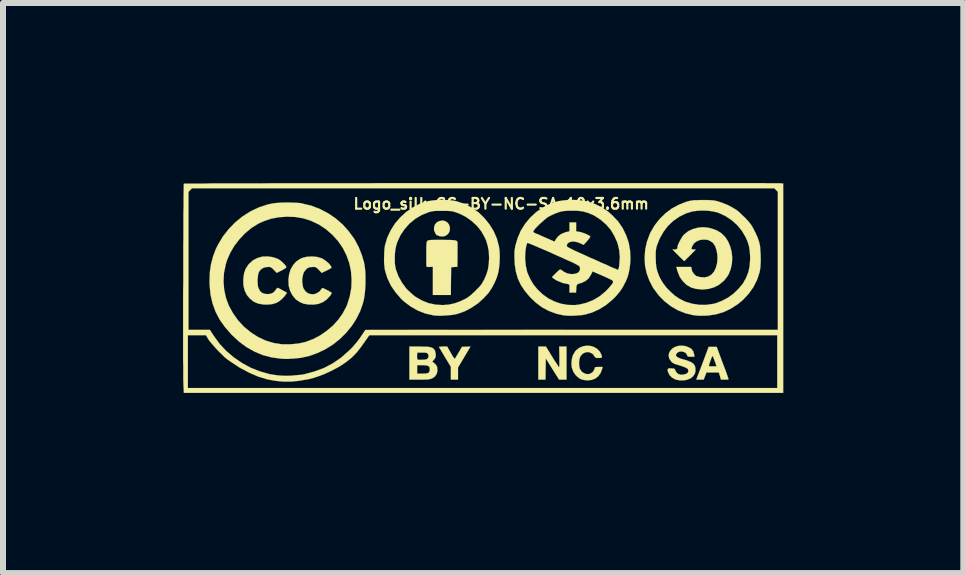
<source format=kicad_pcb>
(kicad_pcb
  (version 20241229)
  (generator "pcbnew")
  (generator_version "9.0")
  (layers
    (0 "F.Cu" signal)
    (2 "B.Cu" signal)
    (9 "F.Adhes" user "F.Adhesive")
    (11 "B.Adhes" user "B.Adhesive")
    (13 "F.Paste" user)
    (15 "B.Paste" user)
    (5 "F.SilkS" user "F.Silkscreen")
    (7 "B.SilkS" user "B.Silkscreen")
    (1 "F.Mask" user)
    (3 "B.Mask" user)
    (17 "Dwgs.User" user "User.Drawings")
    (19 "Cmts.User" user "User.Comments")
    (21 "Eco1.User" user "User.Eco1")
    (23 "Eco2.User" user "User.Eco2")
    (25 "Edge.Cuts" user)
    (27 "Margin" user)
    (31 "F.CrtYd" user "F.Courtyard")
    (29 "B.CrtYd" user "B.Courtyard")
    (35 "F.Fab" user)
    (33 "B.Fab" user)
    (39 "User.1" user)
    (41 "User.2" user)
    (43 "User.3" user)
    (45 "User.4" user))
  (footprint "Logo_silk_CC-BY-NC-SA_10x3.6mm"
    (layer "F.Cu")
    (at 5 1.746)
    (property "Reference" "Logo_silk_CC-BY-NC-SA_10x3.6mm" (at 0.3 -1.4 0) (layer "F.SilkS") (effects (font (size 0.178 0.178) (thickness 0.036))))
    (attr exclude_from_pos_files exclude_from_bom)
    (fp_poly (pts (xy -0.554 -0.978) (xy -0.561 -0.937) (xy -0.582 -0.902) (xy -0.615 -0.874) (xy -0.66 -0.856) (xy -0.663 -0.856) (xy -0.693 -0.856) (xy -0.726 -0.861) (xy -0.734 -0.864) (xy -0.759 -0.874) (xy -0.775 -0.879) (xy -0.782 -0.886) (xy -0.792 -0.904) (xy -0.798 -0.912) (xy -0.818 -0.96) (xy -0.818 -1.008) (xy -0.805 -1.052) (xy -0.777 -1.087) (xy -0.739 -1.11) (xy -0.688 -1.12) (xy -0.681 -1.123) (xy -0.635 -1.113) (xy -0.597 -1.09) (xy -0.572 -1.059) (xy -0.556 -1.021) (xy -0.554 -0.978)) (stroke (width 0.003) (type solid)) (fill yes) (layer "F.SilkS"))
    (fp_poly (pts (xy 1.389 1.529) (xy 1.326 1.529) (xy 1.265 1.529) (xy 1.153 1.351) (xy 1.044 1.176) (xy 1.041 1.354) (xy 1.039 1.529) (xy 0.978 1.529) (xy 0.919 1.529) (xy 0.919 1.255) (xy 0.919 0.978) (xy 0.983 0.978) (xy 1.046 0.978) (xy 1.153 1.153) (xy 1.186 1.206) (xy 1.217 1.252) (xy 1.24 1.288) (xy 1.257 1.313) (xy 1.265 1.323) (xy 1.267 1.323) (xy 1.267 1.313) (xy 1.27 1.285) (xy 1.27 1.245) (xy 1.27 1.194) (xy 1.27 1.151) (xy 1.267 0.978) (xy 1.328 0.978) (xy 1.389 0.978) (xy 1.389 1.255) (xy 1.389 1.529)) (stroke (width 0.003) (type solid)) (fill yes) (layer "F.SilkS"))
    (fp_poly (pts (xy -0.211 0.978) (xy -0.315 1.153) (xy -0.419 1.328) (xy -0.419 1.427) (xy -0.419 1.529) (xy -0.478 1.529) (xy -0.538 1.529) (xy -0.538 1.422) (xy -0.538 1.316) (xy -0.635 1.156) (xy -0.665 1.105) (xy -0.693 1.059) (xy -0.714 1.021) (xy -0.729 0.998) (xy -0.737 0.986) (xy -0.729 0.983) (xy -0.706 0.98) (xy -0.673 0.978) (xy -0.671 0.978) (xy -0.599 0.978) (xy -0.538 1.085) (xy -0.511 1.133) (xy -0.49 1.163) (xy -0.475 1.179) (xy -0.467 1.179) (xy -0.46 1.163) (xy -0.445 1.138) (xy -0.422 1.1) (xy -0.406 1.074) (xy -0.353 0.983) (xy -0.282 0.98) (xy -0.211 0.978)) (stroke (width 0.003) (type solid)) (fill yes) (layer "F.SilkS"))
    (fp_poly (pts (xy 4.089 1.521) (xy 4.079 1.527) (xy 4.056 1.529) (xy 4.026 1.529) (xy 3.962 1.529) (xy 3.945 1.468) (xy 3.927 1.41) (xy 3.889 1.41) (xy 3.889 1.308) (xy 3.858 1.219) (xy 3.843 1.181) (xy 3.833 1.151) (xy 3.823 1.138) (xy 3.82 1.135) (xy 3.813 1.148) (xy 3.802 1.173) (xy 3.79 1.206) (xy 3.777 1.242) (xy 3.767 1.273) (xy 3.762 1.295) (xy 3.759 1.303) (xy 3.769 1.306) (xy 3.792 1.308) (xy 3.823 1.308) (xy 3.889 1.308) (xy 3.889 1.41) (xy 3.823 1.41) (xy 3.721 1.41) (xy 3.698 1.468) (xy 3.675 1.529) (xy 3.614 1.529) (xy 3.551 1.529) (xy 3.655 1.257) (xy 3.757 0.983) (xy 3.825 0.983) (xy 3.891 0.983) (xy 3.99 1.25) (xy 4.016 1.318) (xy 4.039 1.379) (xy 4.059 1.435) (xy 4.074 1.478) (xy 4.084 1.506) (xy 4.089 1.521)) (stroke (width 0.003) (type solid)) (fill yes) (layer "F.SilkS"))
    (fp_poly (pts (xy -0.427 -0.709) (xy -0.427 -0.678) (xy -0.427 -0.635) (xy -0.427 -0.582) (xy -0.427 -0.528) (xy -0.429 -0.351) (xy -0.48 -0.348) (xy -0.533 -0.343) (xy -0.536 -0.112) (xy -0.538 0.119) (xy -0.688 0.119) (xy -0.838 0.119) (xy -0.838 -0.114) (xy -0.838 -0.351) (xy -0.881 -0.348) (xy -0.912 -0.348) (xy -0.932 -0.348) (xy -0.937 -0.348) (xy -0.94 -0.353) (xy -0.945 -0.368) (xy -0.947 -0.396) (xy -0.947 -0.442) (xy -0.947 -0.5) (xy -0.947 -0.551) (xy -0.947 -0.622) (xy -0.947 -0.678) (xy -0.945 -0.716) (xy -0.942 -0.744) (xy -0.94 -0.762) (xy -0.935 -0.775) (xy -0.932 -0.777) (xy -0.927 -0.785) (xy -0.919 -0.79) (xy -0.909 -0.792) (xy -0.892 -0.795) (xy -0.864 -0.798) (xy -0.826 -0.798) (xy -0.772 -0.8) (xy -0.701 -0.8) (xy -0.688 -0.8) (xy -0.61 -0.798) (xy -0.549 -0.798) (xy -0.503 -0.795) (xy -0.47 -0.792) (xy -0.447 -0.785) (xy -0.434 -0.775) (xy -0.429 -0.762) (xy -0.427 -0.744) (xy -0.427 -0.724) (xy -0.427 -0.709)) (stroke (width 0.003) (type solid)) (fill yes) (layer "F.SilkS"))
    (fp_poly (pts (xy 1.989 1.318) (xy 1.984 1.346) (xy 1.958 1.417) (xy 1.92 1.471) (xy 1.869 1.511) (xy 1.808 1.534) (xy 1.737 1.542) (xy 1.694 1.537) (xy 1.641 1.527) (xy 1.6 1.506) (xy 1.56 1.473) (xy 1.542 1.455) (xy 1.504 1.4) (xy 1.478 1.333) (xy 1.471 1.265) (xy 1.476 1.194) (xy 1.494 1.125) (xy 1.529 1.064) (xy 1.549 1.039) (xy 1.603 0.998) (xy 1.664 0.973) (xy 1.727 0.963) (xy 1.791 0.968) (xy 1.849 0.986) (xy 1.902 1.019) (xy 1.946 1.064) (xy 1.958 1.09) (xy 1.971 1.118) (xy 1.979 1.143) (xy 1.979 1.148) (xy 1.976 1.161) (xy 1.966 1.166) (xy 1.943 1.168) (xy 1.925 1.168) (xy 1.892 1.168) (xy 1.875 1.163) (xy 1.862 1.153) (xy 1.854 1.138) (xy 1.824 1.1) (xy 1.786 1.079) (xy 1.742 1.069) (xy 1.699 1.077) (xy 1.659 1.097) (xy 1.626 1.133) (xy 1.615 1.153) (xy 1.603 1.194) (xy 1.598 1.247) (xy 1.6 1.3) (xy 1.61 1.346) (xy 1.615 1.356) (xy 1.646 1.4) (xy 1.687 1.425) (xy 1.732 1.438) (xy 1.778 1.433) (xy 1.798 1.422) (xy 1.826 1.402) (xy 1.847 1.372) (xy 1.859 1.341) (xy 1.859 1.333) (xy 1.862 1.326) (xy 1.877 1.321) (xy 1.905 1.318) (xy 1.923 1.318) (xy 1.989 1.318)) (stroke (width 0.003) (type solid)) (fill yes) (layer "F.SilkS"))
    (fp_poly (pts (xy -3.269 0.081) (xy -3.287 0.109) (xy -3.315 0.147) (xy -3.353 0.185) (xy -3.396 0.221) (xy -3.437 0.246) (xy -3.447 0.251) (xy -3.518 0.272) (xy -3.602 0.279) (xy -3.665 0.277) (xy -3.749 0.262) (xy -3.825 0.229) (xy -3.886 0.18) (xy -3.937 0.119) (xy -3.973 0.046) (xy -3.993 -0.036) (xy -3.998 -0.132) (xy -3.995 -0.157) (xy -3.983 -0.244) (xy -3.957 -0.318) (xy -3.914 -0.384) (xy -3.896 -0.404) (xy -3.833 -0.46) (xy -3.759 -0.498) (xy -3.678 -0.521) (xy -3.586 -0.523) (xy -3.548 -0.518) (xy -3.503 -0.511) (xy -3.454 -0.495) (xy -3.421 -0.483) (xy -3.391 -0.465) (xy -3.358 -0.439) (xy -3.327 -0.409) (xy -3.299 -0.381) (xy -3.284 -0.356) (xy -3.279 -0.343) (xy -3.287 -0.333) (xy -3.31 -0.318) (xy -3.343 -0.297) (xy -3.358 -0.29) (xy -3.439 -0.249) (xy -3.487 -0.3) (xy -3.513 -0.325) (xy -3.533 -0.34) (xy -3.553 -0.348) (xy -3.579 -0.348) (xy -3.592 -0.348) (xy -3.647 -0.34) (xy -3.693 -0.315) (xy -3.731 -0.274) (xy -3.734 -0.269) (xy -3.747 -0.234) (xy -3.754 -0.185) (xy -3.759 -0.13) (xy -3.757 -0.074) (xy -3.752 -0.023) (xy -3.744 0) (xy -3.721 0.048) (xy -3.688 0.081) (xy -3.642 0.099) (xy -3.594 0.104) (xy -3.541 0.099) (xy -3.5 0.081) (xy -3.47 0.051) (xy -3.454 0.03) (xy -3.439 0.01) (xy -3.426 0) (xy -3.414 0.003) (xy -3.388 0.015) (xy -3.355 0.033) (xy -3.343 0.041) (xy -3.269 0.081)) (stroke (width 0.003) (type solid)) (fill yes) (layer "F.SilkS"))
    (fp_poly (pts (xy -2.525 0.079) (xy -2.525 0.091) (xy -2.537 0.114) (xy -2.55 0.132) (xy -2.609 0.196) (xy -2.672 0.239) (xy -2.743 0.267) (xy -2.824 0.279) (xy -2.916 0.277) (xy -2.992 0.264) (xy -3.056 0.236) (xy -3.117 0.196) (xy -3.127 0.185) (xy -3.178 0.124) (xy -3.216 0.051) (xy -3.239 -0.03) (xy -3.241 -0.048) (xy -3.244 -0.14) (xy -3.233 -0.226) (xy -3.208 -0.307) (xy -3.167 -0.378) (xy -3.117 -0.437) (xy -3.053 -0.48) (xy -3.015 -0.498) (xy -2.939 -0.518) (xy -2.855 -0.523) (xy -2.769 -0.516) (xy -2.692 -0.493) (xy -2.682 -0.49) (xy -2.647 -0.467) (xy -2.609 -0.439) (xy -2.57 -0.406) (xy -2.543 -0.373) (xy -2.535 -0.358) (xy -2.527 -0.345) (xy -2.527 -0.338) (xy -2.537 -0.328) (xy -2.555 -0.315) (xy -2.591 -0.297) (xy -2.606 -0.29) (xy -2.69 -0.249) (xy -2.738 -0.3) (xy -2.764 -0.325) (xy -2.784 -0.34) (xy -2.802 -0.348) (xy -2.83 -0.348) (xy -2.84 -0.348) (xy -2.896 -0.343) (xy -2.939 -0.32) (xy -2.974 -0.279) (xy -2.99 -0.254) (xy -3.005 -0.203) (xy -3.015 -0.14) (xy -3.012 -0.076) (xy -3.002 -0.015) (xy -2.992 0.01) (xy -2.962 0.056) (xy -2.921 0.089) (xy -2.873 0.104) (xy -2.822 0.107) (xy -2.774 0.091) (xy -2.728 0.061) (xy -2.708 0.036) (xy -2.69 0.015) (xy -2.687 0.008) (xy -2.682 0.003) (xy -2.667 0.005) (xy -2.644 0.015) (xy -2.609 0.033) (xy -2.573 0.051) (xy -2.545 0.069) (xy -2.527 0.079) (xy -2.525 0.079)) (stroke (width 0.003) (type solid)) (fill yes) (layer "F.SilkS"))
    (fp_poly (pts (xy -0.762 1.389) (xy -0.777 1.44) (xy -0.81 1.483) (xy -0.853 1.509) (xy -0.871 1.516) (xy -0.889 1.521) (xy -0.889 1.359) (xy -0.892 1.328) (xy -0.904 1.308) (xy -0.909 1.306) (xy -0.909 1.13) (xy -0.919 1.102) (xy -0.925 1.095) (xy -0.94 1.085) (xy -0.968 1.079) (xy -1.008 1.079) (xy -1.019 1.079) (xy -1.097 1.079) (xy -1.1 1.11) (xy -1.102 1.143) (xy -1.1 1.171) (xy -1.097 1.186) (xy -1.092 1.194) (xy -1.077 1.199) (xy -1.049 1.199) (xy -1.026 1.199) (xy -0.975 1.196) (xy -0.94 1.189) (xy -0.932 1.184) (xy -0.914 1.161) (xy -0.909 1.13) (xy -0.909 1.306) (xy -0.93 1.295) (xy -0.968 1.29) (xy -1.016 1.288) (xy -1.1 1.288) (xy -1.1 1.359) (xy -1.1 1.43) (xy -1.011 1.43) (xy -0.965 1.427) (xy -0.935 1.425) (xy -0.914 1.417) (xy -0.907 1.412) (xy -0.892 1.387) (xy -0.889 1.359) (xy -0.889 1.521) (xy -0.894 1.521) (xy -0.922 1.527) (xy -0.96 1.527) (xy -1.013 1.529) (xy -1.062 1.529) (xy -1.229 1.529) (xy -1.229 1.255) (xy -1.229 0.978) (xy -1.064 0.978) (xy -0.991 0.98) (xy -0.937 0.98) (xy -0.894 0.986) (xy -0.864 0.993) (xy -0.841 1.003) (xy -0.823 1.019) (xy -0.815 1.026) (xy -0.8 1.054) (xy -0.792 1.092) (xy -0.79 1.133) (xy -0.792 1.153) (xy -0.805 1.179) (xy -0.826 1.204) (xy -0.828 1.206) (xy -0.843 1.224) (xy -0.846 1.234) (xy -0.838 1.237) (xy -0.813 1.255) (xy -0.785 1.283) (xy -0.767 1.318) (xy -0.765 1.333) (xy -0.762 1.389)) (stroke (width 0.003) (type solid)) (fill yes) (layer "F.SilkS"))
    (fp_poly (pts (xy 3.538 1.389) (xy 3.528 1.427) (xy 3.505 1.463) (xy 3.498 1.473) (xy 3.459 1.506) (xy 3.406 1.529) (xy 3.345 1.542) (xy 3.282 1.542) (xy 3.274 1.542) (xy 3.203 1.527) (xy 3.147 1.496) (xy 3.106 1.455) (xy 3.081 1.402) (xy 3.078 1.397) (xy 3.073 1.367) (xy 3.078 1.349) (xy 3.096 1.341) (xy 3.129 1.341) (xy 3.139 1.341) (xy 3.17 1.344) (xy 3.188 1.349) (xy 3.198 1.361) (xy 3.203 1.379) (xy 3.223 1.412) (xy 3.256 1.438) (xy 3.299 1.448) (xy 3.348 1.443) (xy 3.376 1.435) (xy 3.406 1.417) (xy 3.419 1.394) (xy 3.416 1.367) (xy 3.409 1.351) (xy 3.393 1.339) (xy 3.368 1.326) (xy 3.33 1.311) (xy 3.277 1.293) (xy 3.249 1.285) (xy 3.2 1.27) (xy 3.167 1.255) (xy 3.145 1.24) (xy 3.132 1.224) (xy 3.101 1.179) (xy 3.091 1.135) (xy 3.096 1.09) (xy 3.117 1.049) (xy 3.15 1.013) (xy 3.193 0.986) (xy 3.244 0.968) (xy 3.302 0.963) (xy 3.358 0.968) (xy 3.421 0.988) (xy 3.47 1.016) (xy 3.5 1.057) (xy 3.515 1.107) (xy 3.52 1.148) (xy 3.465 1.148) (xy 3.432 1.148) (xy 3.414 1.143) (xy 3.404 1.135) (xy 3.396 1.118) (xy 3.378 1.087) (xy 3.345 1.069) (xy 3.307 1.059) (xy 3.269 1.064) (xy 3.236 1.079) (xy 3.233 1.085) (xy 3.216 1.105) (xy 3.211 1.123) (xy 3.221 1.14) (xy 3.226 1.148) (xy 3.249 1.161) (xy 3.289 1.179) (xy 3.348 1.196) (xy 3.353 1.196) (xy 3.419 1.219) (xy 3.47 1.24) (xy 3.503 1.265) (xy 3.526 1.295) (xy 3.536 1.333) (xy 3.536 1.341) (xy 3.538 1.389)) (stroke (width 0.003) (type solid)) (fill yes) (layer "F.SilkS"))
    (fp_poly (pts (xy 4.15 -0.505) (xy 4.145 -0.409) (xy 4.125 -0.315) (xy 4.092 -0.229) (xy 4.072 -0.196) (xy 4.041 -0.155) (xy 4.011 -0.117) (xy 4.006 -0.114) (xy 3.929 -0.051) (xy 3.846 -0.008) (xy 3.752 0.018) (xy 3.655 0.028) (xy 3.556 0.018) (xy 3.551 0.018) (xy 3.467 -0.005) (xy 3.391 -0.048) (xy 3.33 -0.107) (xy 3.277 -0.18) (xy 3.241 -0.269) (xy 3.226 -0.32) (xy 3.218 -0.348) (xy 3.343 -0.348) (xy 3.467 -0.348) (xy 3.475 -0.307) (xy 3.487 -0.267) (xy 3.515 -0.229) (xy 3.546 -0.201) (xy 3.551 -0.198) (xy 3.571 -0.191) (xy 3.604 -0.183) (xy 3.627 -0.178) (xy 3.696 -0.175) (xy 3.757 -0.191) (xy 3.807 -0.224) (xy 3.848 -0.272) (xy 3.879 -0.338) (xy 3.899 -0.419) (xy 3.904 -0.49) (xy 3.901 -0.564) (xy 3.886 -0.635) (xy 3.866 -0.693) (xy 3.863 -0.699) (xy 3.83 -0.747) (xy 3.785 -0.78) (xy 3.739 -0.8) (xy 3.675 -0.805) (xy 3.614 -0.798) (xy 3.561 -0.777) (xy 3.515 -0.744) (xy 3.49 -0.706) (xy 3.475 -0.673) (xy 3.472 -0.653) (xy 3.477 -0.643) (xy 3.5 -0.64) (xy 3.508 -0.638) (xy 3.543 -0.638) (xy 3.447 -0.541) (xy 3.35 -0.445) (xy 3.251 -0.541) (xy 3.155 -0.638) (xy 3.19 -0.638) (xy 3.221 -0.643) (xy 3.236 -0.66) (xy 3.239 -0.688) (xy 3.244 -0.711) (xy 3.259 -0.747) (xy 3.282 -0.79) (xy 3.305 -0.831) (xy 3.33 -0.869) (xy 3.353 -0.894) (xy 3.419 -0.945) (xy 3.495 -0.98) (xy 3.579 -1.003) (xy 3.668 -1.011) (xy 3.757 -1.001) (xy 3.848 -0.975) (xy 3.901 -0.953) (xy 3.973 -0.907) (xy 4.034 -0.846) (xy 4.082 -0.772) (xy 4.117 -0.688) (xy 4.14 -0.599) (xy 4.15 -0.505)) (stroke (width 0.003) (type solid)) (fill yes) (layer "F.SilkS"))
    (fp_poly (pts (xy -1.961 -0.137) (xy -1.961 -0.066) (xy -1.966 0.028) (xy -1.974 0.112) (xy -1.986 0.188) (xy -2.004 0.259) (xy -2.029 0.333) (xy -2.047 0.384) (xy -2.111 0.513) (xy -2.189 0.635) (xy -2.192 0.638) (xy -2.192 -0.137) (xy -2.202 -0.277) (xy -2.23 -0.411) (xy -2.276 -0.541) (xy -2.339 -0.665) (xy -2.418 -0.78) (xy -2.512 -0.884) (xy -2.621 -0.978) (xy -2.743 -1.059) (xy -2.751 -1.062) (xy -2.87 -1.118) (xy -2.997 -1.158) (xy -3.132 -1.181) (xy -3.269 -1.186) (xy -3.406 -1.176) (xy -3.538 -1.151) (xy -3.665 -1.107) (xy -3.747 -1.069) (xy -3.861 -0.998) (xy -3.967 -0.909) (xy -4.061 -0.81) (xy -4.145 -0.701) (xy -4.214 -0.584) (xy -4.267 -0.462) (xy -4.288 -0.394) (xy -4.318 -0.249) (xy -4.326 -0.107) (xy -4.315 0.03) (xy -4.285 0.168) (xy -4.237 0.297) (xy -4.168 0.422) (xy -4.084 0.541) (xy -3.985 0.648) (xy -3.868 0.744) (xy -3.749 0.82) (xy -3.622 0.879) (xy -3.49 0.919) (xy -3.353 0.94) (xy -3.205 0.94) (xy -3.073 0.927) (xy -2.951 0.899) (xy -2.832 0.853) (xy -2.715 0.792) (xy -2.606 0.716) (xy -2.504 0.63) (xy -2.416 0.533) (xy -2.342 0.429) (xy -2.283 0.32) (xy -2.268 0.287) (xy -2.223 0.145) (xy -2.197 0.003) (xy -2.192 -0.137) (xy -2.192 0.638) (xy -2.283 0.749) (xy -2.388 0.853) (xy -2.504 0.945) (xy -2.631 1.024) (xy -2.764 1.087) (xy -2.898 1.135) (xy -3.038 1.166) (xy -3.104 1.173) (xy -3.167 1.179) (xy -3.218 1.181) (xy -3.261 1.184) (xy -3.299 1.184) (xy -3.34 1.181) (xy -3.376 1.179) (xy -3.528 1.158) (xy -3.673 1.12) (xy -3.81 1.062) (xy -3.942 0.988) (xy -4.069 0.894) (xy -4.191 0.78) (xy -4.194 0.777) (xy -4.3 0.655) (xy -4.389 0.531) (xy -4.458 0.399) (xy -4.508 0.262) (xy -4.542 0.114) (xy -4.557 -0.038) (xy -4.559 -0.119) (xy -4.554 -0.262) (xy -4.534 -0.396) (xy -4.501 -0.521) (xy -4.455 -0.645) (xy -4.417 -0.721) (xy -4.336 -0.856) (xy -4.239 -0.98) (xy -4.13 -1.092) (xy -4.011 -1.189) (xy -3.879 -1.273) (xy -3.741 -1.339) (xy -3.597 -1.387) (xy -3.505 -1.407) (xy -3.439 -1.415) (xy -3.358 -1.42) (xy -3.272 -1.422) (xy -3.185 -1.42) (xy -3.101 -1.417) (xy -3.03 -1.41) (xy -3.015 -1.405) (xy -2.863 -1.369) (xy -2.718 -1.313) (xy -2.583 -1.242) (xy -2.456 -1.156) (xy -2.339 -1.054) (xy -2.238 -0.94) (xy -2.146 -0.815) (xy -2.073 -0.678) (xy -2.017 -0.536) (xy -2.007 -0.498) (xy -1.986 -0.429) (xy -1.974 -0.363) (xy -1.966 -0.295) (xy -1.961 -0.221) (xy -1.961 -0.137)) (stroke (width 0.003) (type solid)) (fill yes) (layer "F.SilkS"))
    (fp_poly (pts (xy 4.625 -0.478) (xy 4.623 -0.399) (xy 4.618 -0.33) (xy 4.608 -0.274) (xy 4.608 -0.267) (xy 4.564 -0.135) (xy 4.503 -0.013) (xy 4.448 0.064) (xy 4.448 -0.47) (xy 4.448 -0.528) (xy 4.442 -0.61) (xy 4.432 -0.678) (xy 4.417 -0.739) (xy 4.394 -0.8) (xy 4.369 -0.853) (xy 4.308 -0.955) (xy 4.232 -1.046) (xy 4.14 -1.128) (xy 4.041 -1.194) (xy 3.934 -1.245) (xy 3.901 -1.257) (xy 3.83 -1.273) (xy 3.749 -1.285) (xy 3.66 -1.288) (xy 3.576 -1.285) (xy 3.5 -1.275) (xy 3.493 -1.275) (xy 3.378 -1.24) (xy 3.269 -1.186) (xy 3.17 -1.118) (xy 3.081 -1.034) (xy 3.007 -0.937) (xy 2.944 -0.828) (xy 2.908 -0.739) (xy 2.893 -0.699) (xy 2.885 -0.668) (xy 2.88 -0.638) (xy 2.875 -0.602) (xy 2.875 -0.559) (xy 2.875 -0.503) (xy 2.878 -0.417) (xy 2.885 -0.345) (xy 2.901 -0.279) (xy 2.924 -0.216) (xy 2.946 -0.165) (xy 2.992 -0.086) (xy 3.053 -0.005) (xy 3.122 0.066) (xy 3.195 0.13) (xy 3.264 0.178) (xy 3.365 0.229) (xy 3.48 0.264) (xy 3.597 0.282) (xy 3.713 0.284) (xy 3.83 0.267) (xy 3.868 0.259) (xy 3.975 0.218) (xy 4.077 0.165) (xy 4.171 0.097) (xy 4.255 0.015) (xy 4.326 -0.069) (xy 4.379 -0.163) (xy 4.384 -0.175) (xy 4.42 -0.267) (xy 4.44 -0.363) (xy 4.448 -0.47) (xy 4.448 0.064) (xy 4.425 0.097) (xy 4.331 0.198) (xy 4.247 0.269) (xy 4.13 0.345) (xy 4.006 0.404) (xy 3.876 0.442) (xy 3.739 0.462) (xy 3.599 0.465) (xy 3.5 0.455) (xy 3.373 0.424) (xy 3.249 0.376) (xy 3.134 0.31) (xy 3.025 0.226) (xy 2.926 0.127) (xy 2.913 0.109) (xy 2.832 0) (xy 2.771 -0.117) (xy 2.725 -0.241) (xy 2.697 -0.371) (xy 2.69 -0.503) (xy 2.7 -0.638) (xy 2.728 -0.767) (xy 2.776 -0.897) (xy 2.789 -0.925) (xy 2.857 -1.041) (xy 2.939 -1.146) (xy 3.035 -1.24) (xy 3.142 -1.321) (xy 3.259 -1.384) (xy 3.381 -1.433) (xy 3.409 -1.44) (xy 3.444 -1.45) (xy 3.477 -1.455) (xy 3.515 -1.46) (xy 3.559 -1.46) (xy 3.614 -1.463) (xy 3.665 -1.463) (xy 3.731 -1.463) (xy 3.785 -1.46) (xy 3.828 -1.458) (xy 3.863 -1.453) (xy 3.896 -1.445) (xy 3.914 -1.44) (xy 3.995 -1.412) (xy 4.082 -1.377) (xy 4.163 -1.333) (xy 4.224 -1.295) (xy 4.267 -1.26) (xy 4.315 -1.214) (xy 4.366 -1.166) (xy 4.415 -1.113) (xy 4.453 -1.067) (xy 4.468 -1.046) (xy 4.503 -0.986) (xy 4.539 -0.914) (xy 4.572 -0.841) (xy 4.597 -0.77) (xy 4.6 -0.754) (xy 4.613 -0.701) (xy 4.618 -0.632) (xy 4.623 -0.556) (xy 4.625 -0.478)) (stroke (width 0.003) (type solid)) (fill yes) (layer "F.SilkS"))
    (fp_poly (pts (xy 0.277 -0.523) (xy 0.274 -0.432) (xy 0.267 -0.345) (xy 0.254 -0.267) (xy 0.249 -0.244) (xy 0.226 -0.168) (xy 0.191 -0.086) (xy 0.15 -0.008) (xy 0.107 0.058) (xy 0.099 0.069) (xy 0.099 -0.498) (xy 0.094 -0.607) (xy 0.076 -0.701) (xy 0.048 -0.795) (xy 0.025 -0.843) (xy -0.03 -0.942) (xy -0.104 -1.034) (xy -0.193 -1.115) (xy -0.29 -1.184) (xy -0.396 -1.237) (xy -0.46 -1.26) (xy -0.493 -1.27) (xy -0.523 -1.278) (xy -0.559 -1.28) (xy -0.602 -1.283) (xy -0.655 -1.283) (xy -0.683 -1.283) (xy -0.747 -1.283) (xy -0.792 -1.283) (xy -0.831 -1.278) (xy -0.861 -1.273) (xy -0.894 -1.265) (xy -0.909 -1.26) (xy -1.024 -1.214) (xy -1.13 -1.151) (xy -1.227 -1.072) (xy -1.308 -0.98) (xy -1.377 -0.879) (xy -1.43 -0.765) (xy -1.45 -0.701) (xy -1.463 -0.638) (xy -1.471 -0.561) (xy -1.473 -0.483) (xy -1.471 -0.404) (xy -1.46 -0.335) (xy -1.455 -0.31) (xy -1.412 -0.193) (xy -1.351 -0.084) (xy -1.278 0.015) (xy -1.186 0.102) (xy -1.133 0.145) (xy -1.026 0.208) (xy -0.914 0.254) (xy -0.795 0.279) (xy -0.673 0.287) (xy -0.572 0.279) (xy -0.48 0.259) (xy -0.386 0.226) (xy -0.3 0.185) (xy -0.277 0.173) (xy -0.244 0.15) (xy -0.203 0.119) (xy -0.16 0.079) (xy -0.119 0.041) (xy -0.119 0.038) (xy -0.074 -0.005) (xy -0.041 -0.043) (xy -0.015 -0.079) (xy 0.005 -0.117) (xy 0.018 -0.14) (xy 0.056 -0.229) (xy 0.081 -0.312) (xy 0.094 -0.404) (xy 0.099 -0.498) (xy 0.099 0.069) (xy 0.097 0.076) (xy 0.01 0.17) (xy -0.084 0.257) (xy -0.193 0.33) (xy -0.307 0.391) (xy -0.424 0.432) (xy -0.45 0.439) (xy -0.508 0.45) (xy -0.579 0.457) (xy -0.653 0.462) (xy -0.726 0.465) (xy -0.792 0.462) (xy -0.833 0.457) (xy -0.965 0.427) (xy -1.09 0.378) (xy -1.209 0.31) (xy -1.321 0.226) (xy -1.369 0.18) (xy -1.46 0.074) (xy -1.537 -0.038) (xy -1.595 -0.16) (xy -1.626 -0.259) (xy -1.638 -0.302) (xy -1.643 -0.343) (xy -1.648 -0.386) (xy -1.651 -0.434) (xy -1.651 -0.493) (xy -1.648 -0.587) (xy -1.643 -0.66) (xy -1.636 -0.706) (xy -1.598 -0.836) (xy -1.542 -0.955) (xy -1.471 -1.069) (xy -1.384 -1.171) (xy -1.288 -1.26) (xy -1.179 -1.336) (xy -1.062 -1.397) (xy -0.937 -1.44) (xy -0.912 -1.445) (xy -0.851 -1.455) (xy -0.777 -1.463) (xy -0.696 -1.466) (xy -0.612 -1.463) (xy -0.533 -1.458) (xy -0.467 -1.448) (xy -0.434 -1.44) (xy -0.305 -1.394) (xy -0.183 -1.333) (xy -0.074 -1.255) (xy 0.02 -1.163) (xy 0.104 -1.059) (xy 0.175 -0.945) (xy 0.229 -0.82) (xy 0.264 -0.688) (xy 0.264 -0.683) (xy 0.274 -0.607) (xy 0.277 -0.523)) (stroke (width 0.003) (type solid)) (fill yes) (layer "F.SilkS"))
    (fp_poly (pts (xy 4.999 1.75) (xy 4.91 1.75) (xy 4.91 0.699) (xy 4.91 -0.45) (xy 4.91 -1.6) (xy 4.879 -1.631) (xy 4.851 -1.659) (xy 0 -1.659) (xy -4.851 -1.659) (xy -4.879 -1.631) (xy -4.91 -1.6) (xy -4.91 -0.45) (xy -4.91 0.699) (xy -4.732 0.699) (xy -4.554 0.699) (xy -4.488 0.8) (xy -4.392 0.932) (xy -4.28 1.052) (xy -4.155 1.158) (xy -4.018 1.252) (xy -3.873 1.331) (xy -3.719 1.392) (xy -3.556 1.438) (xy -3.426 1.458) (xy -3.36 1.463) (xy -3.279 1.466) (xy -3.193 1.463) (xy -3.106 1.455) (xy -3.028 1.448) (xy -2.982 1.44) (xy -2.812 1.394) (xy -2.654 1.336) (xy -2.504 1.257) (xy -2.367 1.163) (xy -2.238 1.049) (xy -2.184 0.996) (xy -2.141 0.947) (xy -2.095 0.892) (xy -2.055 0.838) (xy -2.029 0.8) (xy -1.963 0.701) (xy 1.471 0.699) (xy 4.91 0.699) (xy 4.91 1.75) (xy 4.9 1.75) (xy 4.9 1.669) (xy 4.9 1.229) (xy 4.9 0.79) (xy 1.499 0.79) (xy -1.897 0.79) (xy -1.961 0.881) (xy -2.037 0.988) (xy -2.111 1.082) (xy -2.189 1.161) (xy -2.271 1.227) (xy -2.362 1.29) (xy -2.431 1.331) (xy -2.54 1.387) (xy -2.637 1.433) (xy -2.728 1.468) (xy -2.822 1.499) (xy -2.918 1.524) (xy -2.924 1.524) (xy -3.068 1.549) (xy -3.2 1.562) (xy -3.33 1.562) (xy -3.462 1.549) (xy -3.597 1.524) (xy -3.749 1.478) (xy -3.901 1.412) (xy -4.059 1.328) (xy -4.216 1.224) (xy -4.27 1.186) (xy -4.31 1.153) (xy -4.356 1.107) (xy -4.407 1.057) (xy -4.46 1.001) (xy -4.508 0.945) (xy -4.552 0.894) (xy -4.585 0.848) (xy -4.6 0.82) (xy -4.618 0.79) (xy -4.768 0.79) (xy -4.92 0.79) (xy -4.92 1.229) (xy -4.92 1.669) (xy -0.008 1.669) (xy 4.9 1.669) (xy 4.9 1.75) (xy 0.005 1.75) (xy -4.986 1.75) (xy -4.994 1.605) (xy -4.994 1.577) (xy -4.996 1.532) (xy -4.996 1.468) (xy -4.996 1.389) (xy -4.996 1.298) (xy -4.999 1.196) (xy -4.999 1.079) (xy -4.999 0.955) (xy -4.999 0.823) (xy -4.999 0.681) (xy -4.999 0.533) (xy -4.999 0.381) (xy -4.999 0.226) (xy -4.999 0.069) (xy -4.996 -0.086) (xy -4.996 -0.246) (xy -4.996 -0.404) (xy -4.996 -0.556) (xy -4.996 -0.709) (xy -4.994 -0.853) (xy -4.994 -0.991) (xy -4.994 -1.12) (xy -4.994 -1.242) (xy -4.991 -1.354) (xy -4.991 -1.453) (xy -4.991 -1.539) (xy -4.989 -1.613) (xy -4.989 -1.669) (xy -4.989 -1.709) (xy -4.986 -1.732) (xy -4.986 -1.735) (xy -4.976 -1.737) (xy -4.945 -1.737) (xy -4.897 -1.737) (xy -4.831 -1.737) (xy -4.75 -1.737) (xy -4.648 -1.737) (xy -4.534 -1.74) (xy -4.404 -1.74) (xy -4.26 -1.74) (xy -4.102 -1.74) (xy -3.932 -1.74) (xy -3.752 -1.74) (xy -3.559 -1.742) (xy -3.355 -1.742) (xy -3.142 -1.742) (xy -2.918 -1.742) (xy -2.687 -1.742) (xy -2.451 -1.742) (xy -2.205 -1.742) (xy -1.953 -1.742) (xy -1.697 -1.745) (xy -1.438 -1.745) (xy -1.171 -1.745) (xy -0.904 -1.745) (xy -0.632 -1.745) (xy -0.361 -1.745) (xy -0.089 -1.745) (xy 0.183 -1.745) (xy 0.455 -1.745) (xy 0.726 -1.745) (xy 0.996 -1.745) (xy 1.262 -1.745) (xy 1.524 -1.745) (xy 1.783 -1.745) (xy 2.037 -1.745) (xy 2.286 -1.745) (xy 2.527 -1.745) (xy 2.764 -1.745) (xy 2.99 -1.745) (xy 3.208 -1.745) (xy 3.416 -1.745) (xy 3.614 -1.745) (xy 3.805 -1.745) (xy 3.98 -1.745) (xy 4.145 -1.745) (xy 4.295 -1.745) (xy 4.432 -1.745) (xy 4.557 -1.745) (xy 4.663 -1.745) (xy 4.755 -1.742) (xy 4.831 -1.742) (xy 4.889 -1.742) (xy 4.928 -1.742) (xy 4.95 -1.742) (xy 4.953 -1.742) (xy 4.999 -1.737) (xy 4.999 0.005) (xy 4.999 1.75)) (stroke (width 0.003) (type solid)) (fill yes) (layer "F.SilkS"))
    (fp_poly (pts (xy 2.454 -0.475) (xy 2.449 -0.396) (xy 2.438 -0.312) (xy 2.423 -0.239) (xy 2.403 -0.17) (xy 2.372 -0.099) (xy 2.367 -0.091) (xy 2.324 -0.008) (xy 2.278 0.061) (xy 2.278 -0.511) (xy 2.266 -0.632) (xy 2.238 -0.749) (xy 2.189 -0.859) (xy 2.129 -0.963) (xy 2.05 -1.054) (xy 1.958 -1.135) (xy 1.852 -1.204) (xy 1.831 -1.214) (xy 1.745 -1.25) (xy 1.656 -1.275) (xy 1.562 -1.285) (xy 1.453 -1.285) (xy 1.394 -1.285) (xy 1.349 -1.28) (xy 1.313 -1.275) (xy 1.275 -1.265) (xy 1.237 -1.252) (xy 1.189 -1.234) (xy 1.14 -1.212) (xy 1.1 -1.191) (xy 1.092 -1.186) (xy 1.062 -1.168) (xy 1.026 -1.138) (xy 0.986 -1.102) (xy 0.942 -1.064) (xy 0.904 -1.026) (xy 0.871 -0.991) (xy 0.848 -0.963) (xy 0.841 -0.95) (xy 0.833 -0.935) (xy 0.841 -0.925) (xy 0.861 -0.914) (xy 0.881 -0.904) (xy 0.917 -0.892) (xy 0.96 -0.871) (xy 1.013 -0.848) (xy 1.041 -0.836) (xy 1.189 -0.77) (xy 1.214 -0.813) (xy 1.25 -0.859) (xy 1.3 -0.897) (xy 1.359 -0.922) (xy 1.384 -0.93) (xy 1.438 -0.942) (xy 1.438 -1.016) (xy 1.438 -1.09) (xy 1.494 -1.09) (xy 1.549 -1.09) (xy 1.549 -1.016) (xy 1.549 -0.942) (xy 1.61 -0.932) (xy 1.648 -0.922) (xy 1.689 -0.907) (xy 1.727 -0.892) (xy 1.76 -0.874) (xy 1.781 -0.861) (xy 1.786 -0.853) (xy 1.781 -0.843) (xy 1.765 -0.82) (xy 1.742 -0.792) (xy 1.732 -0.78) (xy 1.674 -0.716) (xy 1.615 -0.744) (xy 1.565 -0.762) (xy 1.514 -0.772) (xy 1.468 -0.77) (xy 1.43 -0.757) (xy 1.405 -0.737) (xy 1.394 -0.709) (xy 1.394 -0.706) (xy 1.394 -0.699) (xy 1.397 -0.691) (xy 1.405 -0.683) (xy 1.417 -0.676) (xy 1.438 -0.663) (xy 1.466 -0.65) (xy 1.504 -0.63) (xy 1.554 -0.607) (xy 1.615 -0.579) (xy 1.694 -0.544) (xy 1.788 -0.5) (xy 1.814 -0.49) (xy 1.9 -0.452) (xy 1.981 -0.414) (xy 2.055 -0.384) (xy 2.118 -0.353) (xy 2.172 -0.33) (xy 2.212 -0.315) (xy 2.238 -0.302) (xy 2.245 -0.3) (xy 2.253 -0.31) (xy 2.261 -0.335) (xy 2.268 -0.376) (xy 2.268 -0.386) (xy 2.278 -0.511) (xy 2.278 0.061) (xy 2.273 0.066) (xy 2.212 0.14) (xy 2.164 0.188) (xy 2.164 -0.107) (xy 2.154 -0.122) (xy 2.129 -0.137) (xy 2.088 -0.157) (xy 2.032 -0.183) (xy 2.002 -0.196) (xy 1.824 -0.274) (xy 1.793 -0.213) (xy 1.755 -0.155) (xy 1.702 -0.112) (xy 1.636 -0.081) (xy 1.626 -0.079) (xy 1.59 -0.069) (xy 1.567 -0.056) (xy 1.557 -0.038) (xy 1.552 -0.01) (xy 1.552 0.013) (xy 1.547 0.079) (xy 1.494 0.079) (xy 1.438 0.079) (xy 1.438 0.01) (xy 1.438 -0.023) (xy 1.438 -0.046) (xy 1.427 -0.058) (xy 1.41 -0.064) (xy 1.377 -0.071) (xy 1.354 -0.074) (xy 1.318 -0.084) (xy 1.273 -0.102) (xy 1.224 -0.124) (xy 1.186 -0.147) (xy 1.168 -0.16) (xy 1.146 -0.18) (xy 1.212 -0.246) (xy 1.247 -0.279) (xy 1.27 -0.3) (xy 1.285 -0.305) (xy 1.293 -0.305) (xy 1.344 -0.269) (xy 1.389 -0.246) (xy 1.43 -0.234) (xy 1.478 -0.229) (xy 1.486 -0.229) (xy 1.542 -0.236) (xy 1.582 -0.254) (xy 1.608 -0.284) (xy 1.608 -0.287) (xy 1.615 -0.318) (xy 1.61 -0.345) (xy 1.61 -0.348) (xy 1.605 -0.356) (xy 1.598 -0.363) (xy 1.585 -0.373) (xy 1.565 -0.384) (xy 1.537 -0.399) (xy 1.499 -0.419) (xy 1.448 -0.442) (xy 1.384 -0.47) (xy 1.308 -0.505) (xy 1.214 -0.546) (xy 1.171 -0.566) (xy 1.085 -0.605) (xy 1.003 -0.64) (xy 0.93 -0.671) (xy 0.866 -0.699) (xy 0.813 -0.721) (xy 0.772 -0.737) (xy 0.747 -0.747) (xy 0.737 -0.749) (xy 0.729 -0.734) (xy 0.719 -0.701) (xy 0.711 -0.658) (xy 0.704 -0.607) (xy 0.701 -0.556) (xy 0.699 -0.505) (xy 0.699 -0.493) (xy 0.709 -0.376) (xy 0.734 -0.262) (xy 0.78 -0.155) (xy 0.838 -0.056) (xy 0.909 0.03) (xy 0.993 0.109) (xy 1.085 0.175) (xy 1.186 0.226) (xy 1.295 0.264) (xy 1.41 0.284) (xy 1.527 0.287) (xy 1.6 0.279) (xy 1.722 0.249) (xy 1.839 0.201) (xy 1.946 0.137) (xy 2.042 0.056) (xy 2.103 -0.008) (xy 2.131 -0.043) (xy 2.154 -0.071) (xy 2.164 -0.091) (xy 2.164 -0.107) (xy 2.164 0.188) (xy 2.159 0.193) (xy 2.05 0.284) (xy 1.935 0.356) (xy 1.814 0.411) (xy 1.697 0.445) (xy 1.638 0.455) (xy 1.567 0.46) (xy 1.494 0.465) (xy 1.422 0.465) (xy 1.364 0.46) (xy 1.351 0.46) (xy 1.222 0.432) (xy 1.097 0.386) (xy 0.98 0.323) (xy 0.871 0.241) (xy 0.782 0.155) (xy 0.696 0.053) (xy 0.63 -0.046) (xy 0.579 -0.152) (xy 0.546 -0.267) (xy 0.526 -0.391) (xy 0.523 -0.465) (xy 0.521 -0.528) (xy 0.521 -0.579) (xy 0.523 -0.622) (xy 0.531 -0.665) (xy 0.536 -0.699) (xy 0.574 -0.828) (xy 0.627 -0.953) (xy 0.699 -1.067) (xy 0.785 -1.171) (xy 0.884 -1.262) (xy 0.996 -1.339) (xy 1.069 -1.379) (xy 1.158 -1.417) (xy 1.247 -1.443) (xy 1.344 -1.458) (xy 1.438 -1.466) (xy 1.582 -1.463) (xy 1.717 -1.443) (xy 1.841 -1.407) (xy 1.961 -1.351) (xy 2.073 -1.278) (xy 2.154 -1.206) (xy 2.248 -1.107) (xy 2.324 -0.996) (xy 2.383 -0.876) (xy 2.426 -0.749) (xy 2.449 -0.615) (xy 2.454 -0.475)) (stroke (width 0.003) (type solid)) (fill yes) (layer "F.SilkS")))
  (gr_rect
    (start -3 -3)
    (end 13 6.498)
    (stroke (width 0.1) (type default))
    (fill no)
    (layer "Edge.Cuts")))
</source>
